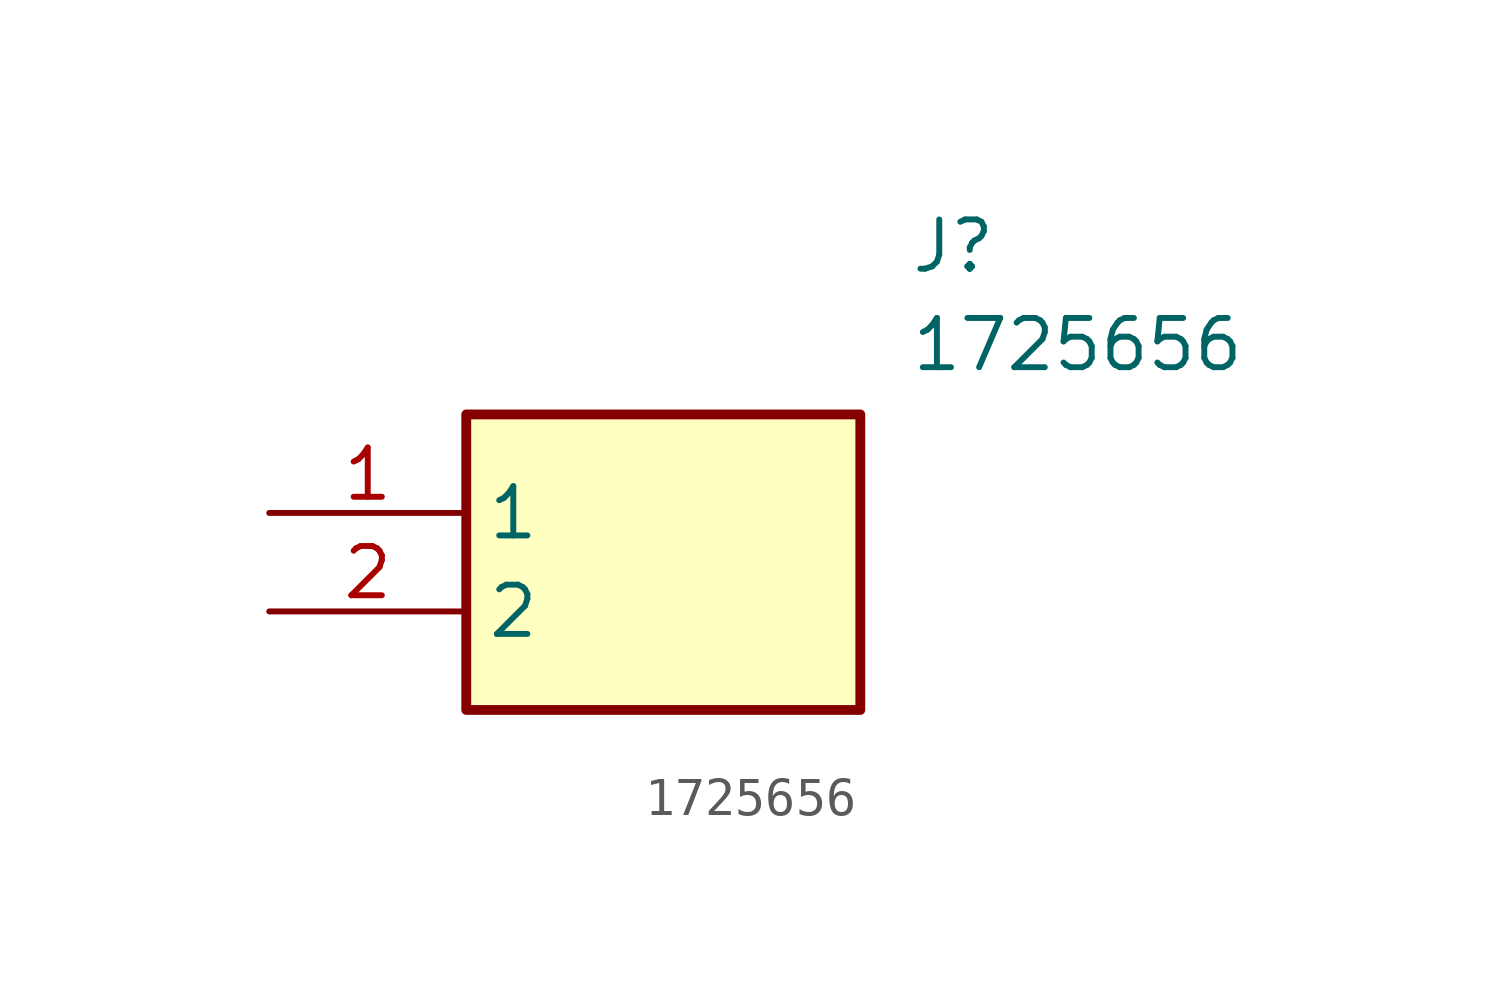
<source format=kicad_sym>
(kicad_symbol_lib
  (version 20211014)
  (generator SamacSys_ECAD_Model)
  (symbol "1725656"
    (property "Reference" "J"
      (at 16.51 7.62 0)
      (effects (font (size 1.27 1.27)) (justify left top)))
    (property "Value" "1725656"
      (at 16.51 5.08 0)
      (effects (font (size 1.27 1.27)) (justify left top)))
    (rectangle
      (start 5.08 2.54)
      (end 15.24 -5.08)
      (stroke (width 0.254) (type default))
      (fill (type background)))
    (pin passive line
      (at 0 0 0)
      (length 5.08)
      (name "1" (effects (font (size 1.27 1.27))))
      (number "1" (effects (font (size 1.27 1.27)))))
    (pin passive line
      (at 0 -2.54 0)
      (length 5.08)
      (name "2" (effects (font (size 1.27 1.27))))
      (number "2" (effects (font (size 1.27 1.27)))))))
</source>
